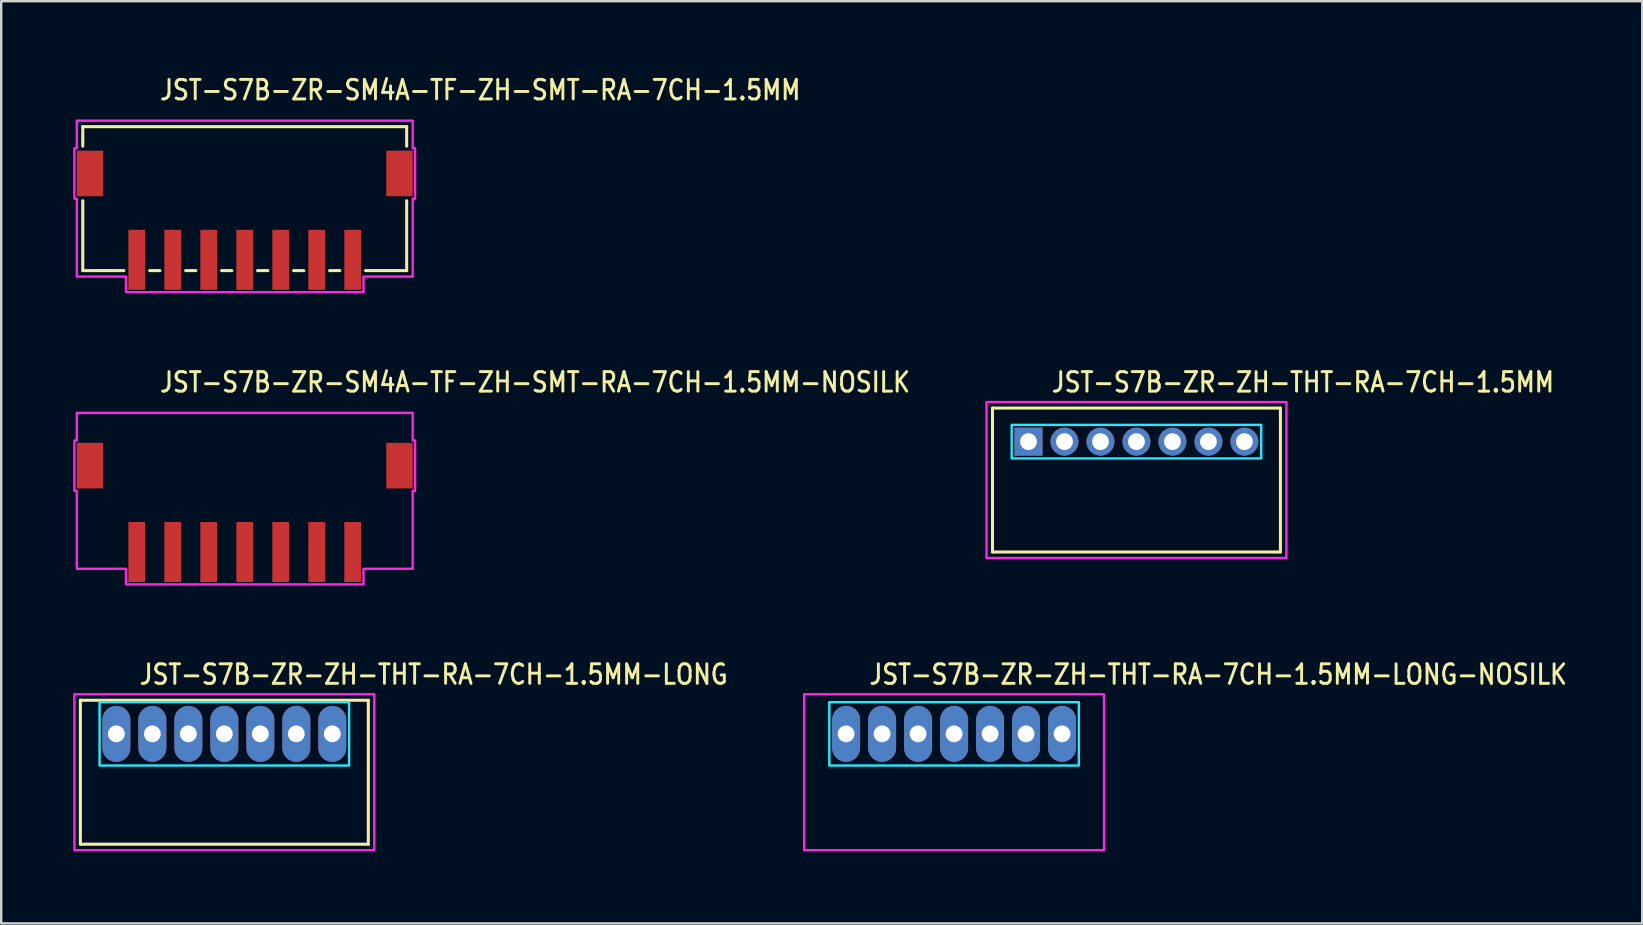
<source format=kicad_pcb>
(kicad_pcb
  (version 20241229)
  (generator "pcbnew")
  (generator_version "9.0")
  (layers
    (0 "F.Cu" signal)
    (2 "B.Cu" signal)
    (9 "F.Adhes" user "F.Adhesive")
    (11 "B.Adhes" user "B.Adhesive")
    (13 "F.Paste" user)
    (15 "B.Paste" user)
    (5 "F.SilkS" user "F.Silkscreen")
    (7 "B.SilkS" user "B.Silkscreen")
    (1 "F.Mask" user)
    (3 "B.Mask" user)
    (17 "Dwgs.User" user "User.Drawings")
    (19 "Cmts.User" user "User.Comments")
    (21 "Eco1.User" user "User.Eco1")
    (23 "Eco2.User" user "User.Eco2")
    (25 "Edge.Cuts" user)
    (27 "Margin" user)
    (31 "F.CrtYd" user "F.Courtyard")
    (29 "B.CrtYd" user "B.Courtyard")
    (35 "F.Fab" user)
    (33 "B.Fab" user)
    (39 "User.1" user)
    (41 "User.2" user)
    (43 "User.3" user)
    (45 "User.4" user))
  (footprint "JST-S7B-ZR-ZH-THT-RA-7CH-1.5MM-LONG-NOSILK"
    (layer "F.Cu")
    (at 36.715 27.536)
    (property "Reference" "JST-S7B-ZR-ZH-THT-RA-7CH-1.5MM-LONG-NOSILK" (at -3.6 -2 0) (unlocked yes) (layer "F.SilkS") (effects (font (size 0.813 0.695) (thickness 0.122)) (justify left bottom)))
    (fp_poly (pts (xy -5.2 -1.32) (xy -5.2 1.32) (xy 5.2 1.32) (xy 5.2 -1.32)) (stroke (width 0.1) (type solid)) (fill no) (layer "B.CrtYd"))
    (fp_poly (pts (xy -6.25 -1.65) (xy -6.25 4.85) (xy 6.25 4.85) (xy 6.25 -1.65)) (stroke (width 0.1) (type solid)) (fill no) (layer "F.CrtYd"))
    (pad "P$1" thru_hole oval (at -4.5 0 90) (size 2.333 1.167) (drill 0.7) (layers "*.Cu" "*.Mask"))
    (pad "P$2" thru_hole oval (at -3 0 90) (size 2.333 1.167) (drill 0.7) (layers "*.Cu" "*.Mask"))
    (pad "P$3" thru_hole oval (at -1.5 0 90) (size 2.333 1.167) (drill 0.7) (layers "*.Cu" "*.Mask"))
    (pad "P$4" thru_hole oval (at 0 0 90) (size 2.333 1.167) (drill 0.7) (layers "*.Cu" "*.Mask"))
    (pad "P$5" thru_hole oval (at 1.5 0 90) (size 2.333 1.167) (drill 0.7) (layers "*.Cu" "*.Mask"))
    (pad "P$6" thru_hole oval (at 3 0 90) (size 2.333 1.167) (drill 0.7) (layers "*.Cu" "*.Mask"))
    (pad "P$7" thru_hole oval (at 4.5 0 90) (size 2.333 1.167) (drill 0.7) (layers "*.Cu" "*.Mask")))
  (footprint "JST-S7B-ZR-SM4A-TF-ZH-SMT-RA-7CH-1.5MM"
    (layer "F.Cu")
    (at 7.15 4.179)
    (property "Reference" "JST-S7B-ZR-SM4A-TF-ZH-SMT-RA-7CH-1.5MM" (at -3.6 -3 0) (unlocked yes) (layer "F.SilkS") (effects (font (size 0.813 0.695) (thickness 0.122)) (justify left bottom)))
    (fp_line (start -6.75 -1.95) (end -6.75 -1.137) (stroke (width 0.127) (type solid)) (layer "F.SilkS"))
    (fp_line (start -6.75 -1.95) (end 6.75 -1.95) (stroke (width 0.127) (type solid)) (layer "F.SilkS"))
    (fp_line (start -6.75 4.05) (end -6.75 1.137) (stroke (width 0.127) (type solid)) (layer "F.SilkS"))
    (fp_line (start -6.75 4.05) (end -5.037 4.05) (stroke (width 0.127) (type solid)) (layer "F.SilkS"))
    (fp_line (start -3.963 4.05) (end -3.537 4.05) (stroke (width 0.127) (type solid)) (layer "F.SilkS"))
    (fp_line (start -2.463 4.05) (end -2.037 4.05) (stroke (width 0.127) (type solid)) (layer "F.SilkS"))
    (fp_line (start -0.964 4.05) (end -0.536 4.05) (stroke (width 0.127) (type solid)) (layer "F.SilkS"))
    (fp_line (start 0.536 4.05) (end 0.964 4.05) (stroke (width 0.127) (type solid)) (layer "F.SilkS"))
    (fp_line (start 2.037 4.05) (end 2.463 4.05) (stroke (width 0.127) (type solid)) (layer "F.SilkS"))
    (fp_line (start 3.537 4.05) (end 3.963 4.05) (stroke (width 0.127) (type solid)) (layer "F.SilkS"))
    (fp_line (start 5.037 4.05) (end 6.75 4.05) (stroke (width 0.127) (type solid)) (layer "F.SilkS"))
    (fp_line (start 6.75 -1.137) (end 6.75 -1.95) (stroke (width 0.127) (type solid)) (layer "F.SilkS"))
    (fp_line (start 6.75 1.137) (end 6.75 4.05) (stroke (width 0.127) (type solid)) (layer "F.SilkS"))
    (fp_poly (pts (xy -7 -2.2) (xy -7 -1.05) (xy -7.1 -1.05) (xy -7.1 1.05) (xy -7 1.05) (xy -7 4.3) (xy -4.95 4.3) (xy -4.95 4.95) (xy 4.95 4.95) (xy 4.95 4.3) (xy 7 4.3) (xy 7 1.05) (xy 7.1 1.05) (xy 7.1 -1.05) (xy 7 -1.05) (xy 7 -2.2)) (stroke (width 0.1) (type solid)) (fill no) (layer "F.CrtYd"))
    (pad "1" smd rect (at 4.5 3.6) (size 0.7 2.5) (layers "F.Cu" "F.Mask" "F.Paste"))
    (pad "2" smd rect (at 3 3.6) (size 0.7 2.5) (layers "F.Cu" "F.Mask" "F.Paste"))
    (pad "3" smd rect (at 1.5 3.6) (size 0.7 2.5) (layers "F.Cu" "F.Mask" "F.Paste"))
    (pad "4" smd rect (at 0 3.6) (size 0.7 2.5) (layers "F.Cu" "F.Mask" "F.Paste"))
    (pad "5" smd rect (at -1.5 3.6) (size 0.7 2.5) (layers "F.Cu" "F.Mask" "F.Paste"))
    (pad "6" smd rect (at -3 3.6) (size 0.7 2.5) (layers "F.Cu" "F.Mask" "F.Paste"))
    (pad "7" smd rect (at -4.5 3.6) (size 0.7 2.5) (layers "F.Cu" "F.Mask" "F.Paste"))
    (pad "S_1" smd rect (at -6.45 0) (size 1.1 1.9) (layers "F.Cu" "F.Mask" "F.Paste"))
    (pad "S_2" smd rect (at 6.45 0) (size 1.1 1.9) (layers "F.Cu" "F.Mask" "F.Paste")))
  (footprint "JST-S7B-ZR-ZH-THT-RA-7CH-1.5MM-LONG"
    (layer "F.Cu")
    (at 6.3 27.536)
    (property "Reference" "JST-S7B-ZR-ZH-THT-RA-7CH-1.5MM-LONG" (at -3.6 -2 0) (unlocked yes) (layer "F.SilkS") (effects (font (size 0.813 0.695) (thickness 0.122)) (justify left bottom)))
    (fp_line (start -6 -1.4) (end 6 -1.4) (stroke (width 0.127) (type solid)) (layer "F.SilkS"))
    (fp_line (start -6 4.6) (end -6 -1.4) (stroke (width 0.127) (type solid)) (layer "F.SilkS"))
    (fp_line (start -6 4.6) (end 6 4.6) (stroke (width 0.127) (type solid)) (layer "F.SilkS"))
    (fp_line (start 6 -1.4) (end 6 4.6) (stroke (width 0.127) (type solid)) (layer "F.SilkS"))
    (fp_poly (pts (xy -5.2 -1.32) (xy -5.2 1.32) (xy 5.2 1.32) (xy 5.2 -1.32)) (stroke (width 0.1) (type solid)) (fill no) (layer "B.CrtYd"))
    (fp_poly (pts (xy -6.25 -1.65) (xy -6.25 4.85) (xy 6.25 4.85) (xy 6.25 -1.65)) (stroke (width 0.1) (type solid)) (fill no) (layer "F.CrtYd"))
    (pad "1" thru_hole oval (at -4.5 0 90) (size 2.333 1.167) (drill 0.7) (layers "*.Cu" "*.Mask"))
    (pad "2" thru_hole oval (at -3 0 90) (size 2.333 1.167) (drill 0.7) (layers "*.Cu" "*.Mask"))
    (pad "3" thru_hole oval (at -1.5 0 90) (size 2.333 1.167) (drill 0.7) (layers "*.Cu" "*.Mask"))
    (pad "4" thru_hole oval (at 0 0 90) (size 2.333 1.167) (drill 0.7) (layers "*.Cu" "*.Mask"))
    (pad "5" thru_hole oval (at 1.5 0 90) (size 2.333 1.167) (drill 0.7) (layers "*.Cu" "*.Mask"))
    (pad "6" thru_hole oval (at 3 0 90) (size 2.333 1.167) (drill 0.7) (layers "*.Cu" "*.Mask"))
    (pad "7" thru_hole oval (at 4.5 0 90) (size 2.333 1.167) (drill 0.7) (layers "*.Cu" "*.Mask")))
  (footprint "JST-S7B-ZR-SM4A-TF-ZH-SMT-RA-7CH-1.5MM-NOSILK"
    (layer "F.Cu")
    (at 7.15 16.357)
    (property "Reference" "JST-S7B-ZR-SM4A-TF-ZH-SMT-RA-7CH-1.5MM-NOSILK" (at -3.6 -3 0) (unlocked yes) (layer "F.SilkS") (effects (font (size 0.813 0.695) (thickness 0.122)) (justify left bottom)))
    (fp_poly (pts (xy -7 -2.2) (xy -7 -1.05) (xy -7.1 -1.05) (xy -7.1 1.05) (xy -7 1.05) (xy -7 4.3) (xy -4.95 4.3) (xy -4.95 4.95) (xy 4.95 4.95) (xy 4.95 4.3) (xy 7 4.3) (xy 7 1.05) (xy 7.1 1.05) (xy 7.1 -1.05) (xy 7 -1.05) (xy 7 -2.2)) (stroke (width 0.1) (type solid)) (fill no) (layer "F.CrtYd"))
    (pad "1" smd rect (at 4.5 3.6) (size 0.7 2.5) (layers "F.Cu" "F.Mask" "F.Paste"))
    (pad "2" smd rect (at 3 3.6) (size 0.7 2.5) (layers "F.Cu" "F.Mask" "F.Paste"))
    (pad "3" smd rect (at 1.5 3.6) (size 0.7 2.5) (layers "F.Cu" "F.Mask" "F.Paste"))
    (pad "4" smd rect (at 0 3.6) (size 0.7 2.5) (layers "F.Cu" "F.Mask" "F.Paste"))
    (pad "5" smd rect (at -1.5 3.6) (size 0.7 2.5) (layers "F.Cu" "F.Mask" "F.Paste"))
    (pad "6" smd rect (at -3 3.6) (size 0.7 2.5) (layers "F.Cu" "F.Mask" "F.Paste"))
    (pad "7" smd rect (at -4.5 3.6) (size 0.7 2.5) (layers "F.Cu" "F.Mask" "F.Paste"))
    (pad "S_1" smd rect (at -6.45 0) (size 1.1 1.9) (layers "F.Cu" "F.Mask" "F.Paste"))
    (pad "S_2" smd rect (at 6.45 0) (size 1.1 1.9) (layers "F.Cu" "F.Mask" "F.Paste")))
  (footprint "JST-S7B-ZR-ZH-THT-RA-7CH-1.5MM"
    (layer "F.Cu")
    (at 44.316 15.357)
    (property "Reference" "JST-S7B-ZR-ZH-THT-RA-7CH-1.5MM" (at -3.6 -2 0) (unlocked yes) (layer "F.SilkS") (effects (font (size 0.813 0.695) (thickness 0.122)) (justify left bottom)))
    (fp_line (start -6 -1.4) (end 6 -1.4) (stroke (width 0.127) (type solid)) (layer "F.SilkS"))
    (fp_line (start -6 4.6) (end -6 -1.4) (stroke (width 0.127) (type solid)) (layer "F.SilkS"))
    (fp_line (start -6 4.6) (end 6 4.6) (stroke (width 0.127) (type solid)) (layer "F.SilkS"))
    (fp_line (start 6 -1.4) (end 6 4.6) (stroke (width 0.127) (type solid)) (layer "F.SilkS"))
    (fp_poly (pts (xy -5.2 -0.7) (xy -5.2 0.7) (xy 5.2 0.7) (xy 5.2 -0.7)) (stroke (width 0.1) (type solid)) (fill no) (layer "B.CrtYd"))
    (fp_poly (pts (xy -6.25 -1.65) (xy -6.25 4.85) (xy 6.25 4.85) (xy 6.25 -1.65)) (stroke (width 0.1) (type solid)) (fill no) (layer "F.CrtYd"))
    (pad "P$1" thru_hole rect (at -4.5 0) (size 1.167 1.167) (drill 0.7) (layers "*.Cu" "*.Mask"))
    (pad "P$2" thru_hole oval (at -3 0) (size 1.167 1.167) (drill 0.7) (layers "*.Cu" "*.Mask"))
    (pad "P$3" thru_hole oval (at -1.5 0) (size 1.167 1.167) (drill 0.7) (layers "*.Cu" "*.Mask"))
    (pad "P$4" thru_hole oval (at 0 0) (size 1.167 1.167) (drill 0.7) (layers "*.Cu" "*.Mask"))
    (pad "P$5" thru_hole oval (at 1.5 0) (size 1.167 1.167) (drill 0.7) (layers "*.Cu" "*.Mask"))
    (pad "P$6" thru_hole oval (at 3 0) (size 1.167 1.167) (drill 0.7) (layers "*.Cu" "*.Mask"))
    (pad "P$7" thru_hole oval (at 4.5 0) (size 1.167 1.167) (drill 0.7) (layers "*.Cu" "*.Mask")))
  (gr_rect
    (start -3 -3)
    (end 65.397 35.436)
    (stroke (width 0.1) (type default))
    (fill no)
    (layer "Edge.Cuts")))
</source>
